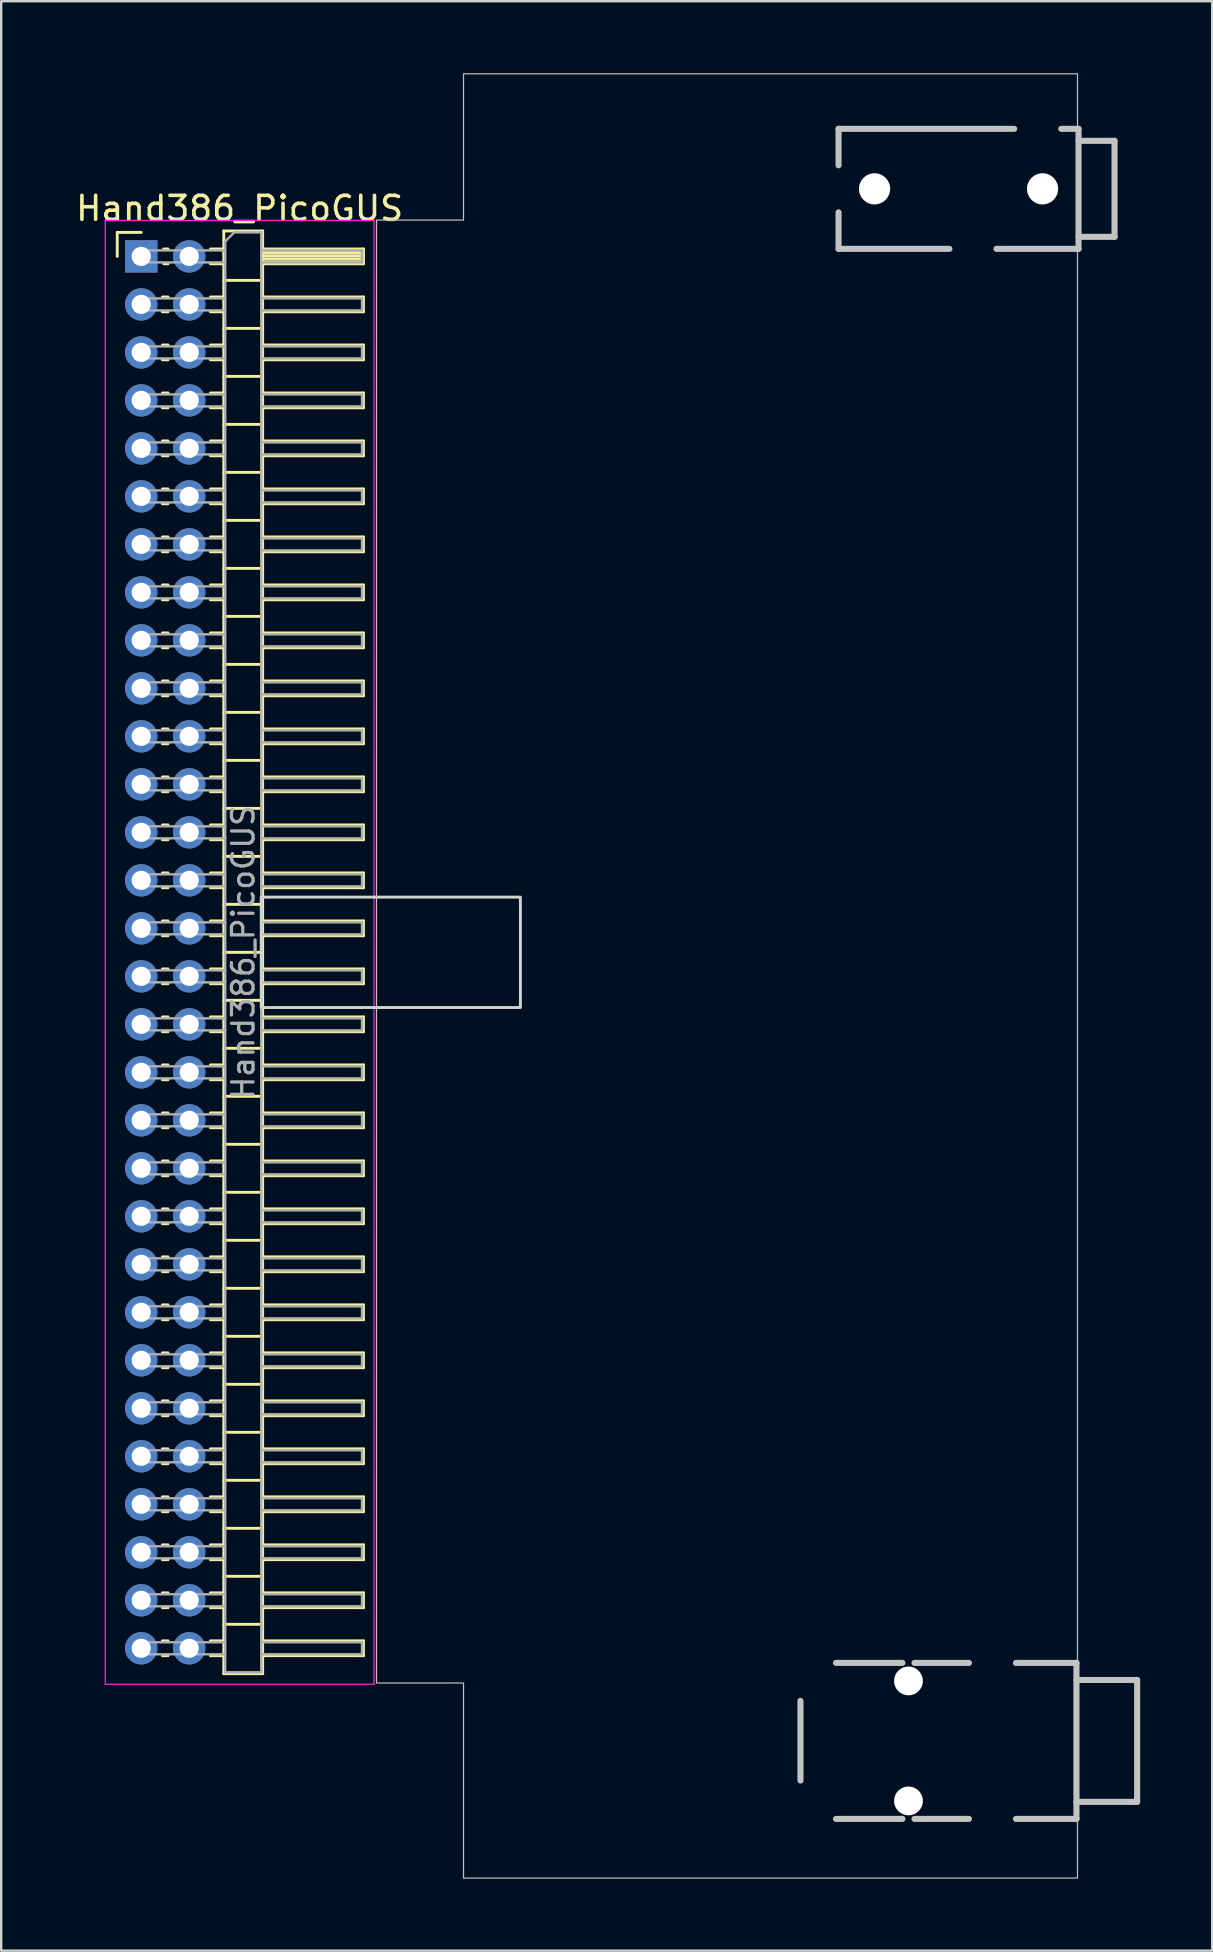
<source format=kicad_pcb>
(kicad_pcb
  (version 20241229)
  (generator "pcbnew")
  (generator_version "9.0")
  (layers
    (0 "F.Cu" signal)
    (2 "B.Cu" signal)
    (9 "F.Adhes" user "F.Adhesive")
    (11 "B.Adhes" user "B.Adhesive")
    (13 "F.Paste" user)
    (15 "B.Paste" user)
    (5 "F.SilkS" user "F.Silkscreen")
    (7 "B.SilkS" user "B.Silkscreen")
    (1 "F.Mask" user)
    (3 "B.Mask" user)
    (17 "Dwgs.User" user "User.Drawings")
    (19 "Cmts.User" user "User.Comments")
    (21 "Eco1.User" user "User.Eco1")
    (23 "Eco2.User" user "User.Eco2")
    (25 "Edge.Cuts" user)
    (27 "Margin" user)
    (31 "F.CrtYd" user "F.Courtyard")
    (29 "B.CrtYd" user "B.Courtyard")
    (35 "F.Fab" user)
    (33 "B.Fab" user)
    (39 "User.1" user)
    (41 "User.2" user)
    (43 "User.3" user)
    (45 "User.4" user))
  (footprint "Hand386_PicoGUS"
    (layer "F.Cu")
    (at 2.835 7.634)
    (property "Reference" "Hand386_PicoGUS" (at 4.1 -2 0) (layer "F.SilkS") (effects (font (size 1 1) (thickness 0.15))))
    (attr through_hole)
    (fp_line (start -1 -1) (end 0 -1) (stroke (width 0.12) (type solid)) (layer "F.SilkS"))
    (fp_line (start -1 0) (end -1 -1) (stroke (width 0.12) (type solid)) (layer "F.SilkS"))
    (fp_line (start 0.882 1.69) (end 1.118 1.69) (stroke (width 0.12) (type solid)) (layer "F.SilkS"))
    (fp_line (start 0.882 2.31) (end 1.118 2.31) (stroke (width 0.12) (type solid)) (layer "F.SilkS"))
    (fp_line (start 0.882 3.69) (end 1.118 3.69) (stroke (width 0.12) (type solid)) (layer "F.SilkS"))
    (fp_line (start 0.882 4.31) (end 1.118 4.31) (stroke (width 0.12) (type solid)) (layer "F.SilkS"))
    (fp_line (start 0.882 5.69) (end 1.118 5.69) (stroke (width 0.12) (type solid)) (layer "F.SilkS"))
    (fp_line (start 0.882 6.31) (end 1.118 6.31) (stroke (width 0.12) (type solid)) (layer "F.SilkS"))
    (fp_line (start 0.882 7.69) (end 1.118 7.69) (stroke (width 0.12) (type solid)) (layer "F.SilkS"))
    (fp_line (start 0.882 8.31) (end 1.118 8.31) (stroke (width 0.12) (type solid)) (layer "F.SilkS"))
    (fp_line (start 0.882 9.69) (end 1.118 9.69) (stroke (width 0.12) (type solid)) (layer "F.SilkS"))
    (fp_line (start 0.882 10.31) (end 1.118 10.31) (stroke (width 0.12) (type solid)) (layer "F.SilkS"))
    (fp_line (start 0.882 11.69) (end 1.118 11.69) (stroke (width 0.12) (type solid)) (layer "F.SilkS"))
    (fp_line (start 0.882 12.31) (end 1.118 12.31) (stroke (width 0.12) (type solid)) (layer "F.SilkS"))
    (fp_line (start 0.882 13.69) (end 1.118 13.69) (stroke (width 0.12) (type solid)) (layer "F.SilkS"))
    (fp_line (start 0.882 14.31) (end 1.118 14.31) (stroke (width 0.12) (type solid)) (layer "F.SilkS"))
    (fp_line (start 0.882 15.69) (end 1.118 15.69) (stroke (width 0.12) (type solid)) (layer "F.SilkS"))
    (fp_line (start 0.882 16.31) (end 1.118 16.31) (stroke (width 0.12) (type solid)) (layer "F.SilkS"))
    (fp_line (start 0.882 17.69) (end 1.118 17.69) (stroke (width 0.12) (type solid)) (layer "F.SilkS"))
    (fp_line (start 0.882 18.31) (end 1.118 18.31) (stroke (width 0.12) (type solid)) (layer "F.SilkS"))
    (fp_line (start 0.882 19.69) (end 1.118 19.69) (stroke (width 0.12) (type solid)) (layer "F.SilkS"))
    (fp_line (start 0.882 20.31) (end 1.118 20.31) (stroke (width 0.12) (type solid)) (layer "F.SilkS"))
    (fp_line (start 0.882 21.69) (end 1.118 21.69) (stroke (width 0.12) (type solid)) (layer "F.SilkS"))
    (fp_line (start 0.882 22.31) (end 1.118 22.31) (stroke (width 0.12) (type solid)) (layer "F.SilkS"))
    (fp_line (start 0.882 23.69) (end 1.118 23.69) (stroke (width 0.12) (type solid)) (layer "F.SilkS"))
    (fp_line (start 0.882 24.31) (end 1.118 24.31) (stroke (width 0.12) (type solid)) (layer "F.SilkS"))
    (fp_line (start 0.882 25.69) (end 1.118 25.69) (stroke (width 0.12) (type solid)) (layer "F.SilkS"))
    (fp_line (start 0.882 26.31) (end 1.118 26.31) (stroke (width 0.12) (type solid)) (layer "F.SilkS"))
    (fp_line (start 0.882 27.69) (end 1.118 27.69) (stroke (width 0.12) (type solid)) (layer "F.SilkS"))
    (fp_line (start 0.882 28.31) (end 1.118 28.31) (stroke (width 0.12) (type solid)) (layer "F.SilkS"))
    (fp_line (start 0.882 29.69) (end 1.118 29.69) (stroke (width 0.12) (type solid)) (layer "F.SilkS"))
    (fp_line (start 0.882 30.31) (end 1.118 30.31) (stroke (width 0.12) (type solid)) (layer "F.SilkS"))
    (fp_line (start 0.882 31.69) (end 1.118 31.69) (stroke (width 0.12) (type solid)) (layer "F.SilkS"))
    (fp_line (start 0.882 32.31) (end 1.118 32.31) (stroke (width 0.12) (type solid)) (layer "F.SilkS"))
    (fp_line (start 0.882 33.69) (end 1.118 33.69) (stroke (width 0.12) (type solid)) (layer "F.SilkS"))
    (fp_line (start 0.882 34.31) (end 1.118 34.31) (stroke (width 0.12) (type solid)) (layer "F.SilkS"))
    (fp_line (start 0.882 35.69) (end 1.118 35.69) (stroke (width 0.12) (type solid)) (layer "F.SilkS"))
    (fp_line (start 0.882 36.31) (end 1.118 36.31) (stroke (width 0.12) (type solid)) (layer "F.SilkS"))
    (fp_line (start 0.882 37.69) (end 1.118 37.69) (stroke (width 0.12) (type solid)) (layer "F.SilkS"))
    (fp_line (start 0.882 38.31) (end 1.118 38.31) (stroke (width 0.12) (type solid)) (layer "F.SilkS"))
    (fp_line (start 0.882 39.69) (end 1.118 39.69) (stroke (width 0.12) (type solid)) (layer "F.SilkS"))
    (fp_line (start 0.882 40.31) (end 1.118 40.31) (stroke (width 0.12) (type solid)) (layer "F.SilkS"))
    (fp_line (start 0.882 41.69) (end 1.118 41.69) (stroke (width 0.12) (type solid)) (layer "F.SilkS"))
    (fp_line (start 0.882 42.31) (end 1.118 42.31) (stroke (width 0.12) (type solid)) (layer "F.SilkS"))
    (fp_line (start 0.882 43.69) (end 1.118 43.69) (stroke (width 0.12) (type solid)) (layer "F.SilkS"))
    (fp_line (start 0.882 44.31) (end 1.118 44.31) (stroke (width 0.12) (type solid)) (layer "F.SilkS"))
    (fp_line (start 0.882 45.69) (end 1.118 45.69) (stroke (width 0.12) (type solid)) (layer "F.SilkS"))
    (fp_line (start 0.882 46.31) (end 1.118 46.31) (stroke (width 0.12) (type solid)) (layer "F.SilkS"))
    (fp_line (start 0.882 47.69) (end 1.118 47.69) (stroke (width 0.12) (type solid)) (layer "F.SilkS"))
    (fp_line (start 0.882 48.31) (end 1.118 48.31) (stroke (width 0.12) (type solid)) (layer "F.SilkS"))
    (fp_line (start 0.882 49.69) (end 1.118 49.69) (stroke (width 0.12) (type solid)) (layer "F.SilkS"))
    (fp_line (start 0.882 50.31) (end 1.118 50.31) (stroke (width 0.12) (type solid)) (layer "F.SilkS"))
    (fp_line (start 0.882 51.69) (end 1.118 51.69) (stroke (width 0.12) (type solid)) (layer "F.SilkS"))
    (fp_line (start 0.882 52.31) (end 1.118 52.31) (stroke (width 0.12) (type solid)) (layer "F.SilkS"))
    (fp_line (start 0.882 53.69) (end 1.118 53.69) (stroke (width 0.12) (type solid)) (layer "F.SilkS"))
    (fp_line (start 0.882 54.31) (end 1.118 54.31) (stroke (width 0.12) (type solid)) (layer "F.SilkS"))
    (fp_line (start 0.882 55.69) (end 1.118 55.69) (stroke (width 0.12) (type solid)) (layer "F.SilkS"))
    (fp_line (start 0.882 56.31) (end 1.118 56.31) (stroke (width 0.12) (type solid)) (layer "F.SilkS"))
    (fp_line (start 0.882 57.69) (end 1.118 57.69) (stroke (width 0.12) (type solid)) (layer "F.SilkS"))
    (fp_line (start 0.882 58.31) (end 1.118 58.31) (stroke (width 0.12) (type solid)) (layer "F.SilkS"))
    (fp_line (start 0.935 -0.31) (end 1.118 -0.31) (stroke (width 0.12) (type solid)) (layer "F.SilkS"))
    (fp_line (start 0.935 0.31) (end 1.118 0.31) (stroke (width 0.12) (type solid)) (layer "F.SilkS"))
    (fp_line (start 2.882 -0.31) (end 3.44 -0.31) (stroke (width 0.12) (type solid)) (layer "F.SilkS"))
    (fp_line (start 2.882 0.31) (end 3.44 0.31) (stroke (width 0.12) (type solid)) (layer "F.SilkS"))
    (fp_line (start 2.882 1.69) (end 3.44 1.69) (stroke (width 0.12) (type solid)) (layer "F.SilkS"))
    (fp_line (start 2.882 2.31) (end 3.44 2.31) (stroke (width 0.12) (type solid)) (layer "F.SilkS"))
    (fp_line (start 2.882 3.69) (end 3.44 3.69) (stroke (width 0.12) (type solid)) (layer "F.SilkS"))
    (fp_line (start 2.882 4.31) (end 3.44 4.31) (stroke (width 0.12) (type solid)) (layer "F.SilkS"))
    (fp_line (start 2.882 5.69) (end 3.44 5.69) (stroke (width 0.12) (type solid)) (layer "F.SilkS"))
    (fp_line (start 2.882 6.31) (end 3.44 6.31) (stroke (width 0.12) (type solid)) (layer "F.SilkS"))
    (fp_line (start 2.882 7.69) (end 3.44 7.69) (stroke (width 0.12) (type solid)) (layer "F.SilkS"))
    (fp_line (start 2.882 8.31) (end 3.44 8.31) (stroke (width 0.12) (type solid)) (layer "F.SilkS"))
    (fp_line (start 2.882 9.69) (end 3.44 9.69) (stroke (width 0.12) (type solid)) (layer "F.SilkS"))
    (fp_line (start 2.882 10.31) (end 3.44 10.31) (stroke (width 0.12) (type solid)) (layer "F.SilkS"))
    (fp_line (start 2.882 11.69) (end 3.44 11.69) (stroke (width 0.12) (type solid)) (layer "F.SilkS"))
    (fp_line (start 2.882 12.31) (end 3.44 12.31) (stroke (width 0.12) (type solid)) (layer "F.SilkS"))
    (fp_line (start 2.882 13.69) (end 3.44 13.69) (stroke (width 0.12) (type solid)) (layer "F.SilkS"))
    (fp_line (start 2.882 14.31) (end 3.44 14.31) (stroke (width 0.12) (type solid)) (layer "F.SilkS"))
    (fp_line (start 2.882 15.69) (end 3.44 15.69) (stroke (width 0.12) (type solid)) (layer "F.SilkS"))
    (fp_line (start 2.882 16.31) (end 3.44 16.31) (stroke (width 0.12) (type solid)) (layer "F.SilkS"))
    (fp_line (start 2.882 17.69) (end 3.44 17.69) (stroke (width 0.12) (type solid)) (layer "F.SilkS"))
    (fp_line (start 2.882 18.31) (end 3.44 18.31) (stroke (width 0.12) (type solid)) (layer "F.SilkS"))
    (fp_line (start 2.882 19.69) (end 3.44 19.69) (stroke (width 0.12) (type solid)) (layer "F.SilkS"))
    (fp_line (start 2.882 20.31) (end 3.44 20.31) (stroke (width 0.12) (type solid)) (layer "F.SilkS"))
    (fp_line (start 2.882 21.69) (end 3.44 21.69) (stroke (width 0.12) (type solid)) (layer "F.SilkS"))
    (fp_line (start 2.882 22.31) (end 3.44 22.31) (stroke (width 0.12) (type solid)) (layer "F.SilkS"))
    (fp_line (start 2.882 23.69) (end 3.44 23.69) (stroke (width 0.12) (type solid)) (layer "F.SilkS"))
    (fp_line (start 2.882 24.31) (end 3.44 24.31) (stroke (width 0.12) (type solid)) (layer "F.SilkS"))
    (fp_line (start 2.882 25.69) (end 3.44 25.69) (stroke (width 0.12) (type solid)) (layer "F.SilkS"))
    (fp_line (start 2.882 26.31) (end 3.44 26.31) (stroke (width 0.12) (type solid)) (layer "F.SilkS"))
    (fp_line (start 2.882 27.69) (end 3.44 27.69) (stroke (width 0.12) (type solid)) (layer "F.SilkS"))
    (fp_line (start 2.882 28.31) (end 3.44 28.31) (stroke (width 0.12) (type solid)) (layer "F.SilkS"))
    (fp_line (start 2.882 29.69) (end 3.44 29.69) (stroke (width 0.12) (type solid)) (layer "F.SilkS"))
    (fp_line (start 2.882 30.31) (end 3.44 30.31) (stroke (width 0.12) (type solid)) (layer "F.SilkS"))
    (fp_line (start 2.882 31.69) (end 3.44 31.69) (stroke (width 0.12) (type solid)) (layer "F.SilkS"))
    (fp_line (start 2.882 32.31) (end 3.44 32.31) (stroke (width 0.12) (type solid)) (layer "F.SilkS"))
    (fp_line (start 2.882 33.69) (end 3.44 33.69) (stroke (width 0.12) (type solid)) (layer "F.SilkS"))
    (fp_line (start 2.882 34.31) (end 3.44 34.31) (stroke (width 0.12) (type solid)) (layer "F.SilkS"))
    (fp_line (start 2.882 35.69) (end 3.44 35.69) (stroke (width 0.12) (type solid)) (layer "F.SilkS"))
    (fp_line (start 2.882 36.31) (end 3.44 36.31) (stroke (width 0.12) (type solid)) (layer "F.SilkS"))
    (fp_line (start 2.882 37.69) (end 3.44 37.69) (stroke (width 0.12) (type solid)) (layer "F.SilkS"))
    (fp_line (start 2.882 38.31) (end 3.44 38.31) (stroke (width 0.12) (type solid)) (layer "F.SilkS"))
    (fp_line (start 2.882 39.69) (end 3.44 39.69) (stroke (width 0.12) (type solid)) (layer "F.SilkS"))
    (fp_line (start 2.882 40.31) (end 3.44 40.31) (stroke (width 0.12) (type solid)) (layer "F.SilkS"))
    (fp_line (start 2.882 41.69) (end 3.44 41.69) (stroke (width 0.12) (type solid)) (layer "F.SilkS"))
    (fp_line (start 2.882 42.31) (end 3.44 42.31) (stroke (width 0.12) (type solid)) (layer "F.SilkS"))
    (fp_line (start 2.882 43.69) (end 3.44 43.69) (stroke (width 0.12) (type solid)) (layer "F.SilkS"))
    (fp_line (start 2.882 44.31) (end 3.44 44.31) (stroke (width 0.12) (type solid)) (layer "F.SilkS"))
    (fp_line (start 2.882 45.69) (end 3.44 45.69) (stroke (width 0.12) (type solid)) (layer "F.SilkS"))
    (fp_line (start 2.882 46.31) (end 3.44 46.31) (stroke (width 0.12) (type solid)) (layer "F.SilkS"))
    (fp_line (start 2.882 47.69) (end 3.44 47.69) (stroke (width 0.12) (type solid)) (layer "F.SilkS"))
    (fp_line (start 2.882 48.31) (end 3.44 48.31) (stroke (width 0.12) (type solid)) (layer "F.SilkS"))
    (fp_line (start 2.882 49.69) (end 3.44 49.69) (stroke (width 0.12) (type solid)) (layer "F.SilkS"))
    (fp_line (start 2.882 50.31) (end 3.44 50.31) (stroke (width 0.12) (type solid)) (layer "F.SilkS"))
    (fp_line (start 2.882 51.69) (end 3.44 51.69) (stroke (width 0.12) (type solid)) (layer "F.SilkS"))
    (fp_line (start 2.882 52.31) (end 3.44 52.31) (stroke (width 0.12) (type solid)) (layer "F.SilkS"))
    (fp_line (start 2.882 53.69) (end 3.44 53.69) (stroke (width 0.12) (type solid)) (layer "F.SilkS"))
    (fp_line (start 2.882 54.31) (end 3.44 54.31) (stroke (width 0.12) (type solid)) (layer "F.SilkS"))
    (fp_line (start 2.882 55.69) (end 3.44 55.69) (stroke (width 0.12) (type solid)) (layer "F.SilkS"))
    (fp_line (start 2.882 56.31) (end 3.44 56.31) (stroke (width 0.12) (type solid)) (layer "F.SilkS"))
    (fp_line (start 2.882 57.69) (end 3.44 57.69) (stroke (width 0.12) (type solid)) (layer "F.SilkS"))
    (fp_line (start 2.882 58.31) (end 3.44 58.31) (stroke (width 0.12) (type solid)) (layer "F.SilkS"))
    (fp_line (start 3.44 -1.06) (end 3.44 59.06) (stroke (width 0.12) (type solid)) (layer "F.SilkS"))
    (fp_line (start 3.44 1) (end 5.06 1) (stroke (width 0.12) (type solid)) (layer "F.SilkS"))
    (fp_line (start 3.44 3) (end 5.06 3) (stroke (width 0.12) (type solid)) (layer "F.SilkS"))
    (fp_line (start 3.44 5) (end 5.06 5) (stroke (width 0.12) (type solid)) (layer "F.SilkS"))
    (fp_line (start 3.44 7) (end 5.06 7) (stroke (width 0.12) (type solid)) (layer "F.SilkS"))
    (fp_line (start 3.44 9) (end 5.06 9) (stroke (width 0.12) (type solid)) (layer "F.SilkS"))
    (fp_line (start 3.44 11) (end 5.06 11) (stroke (width 0.12) (type solid)) (layer "F.SilkS"))
    (fp_line (start 3.44 13) (end 5.06 13) (stroke (width 0.12) (type solid)) (layer "F.SilkS"))
    (fp_line (start 3.44 15) (end 5.06 15) (stroke (width 0.12) (type solid)) (layer "F.SilkS"))
    (fp_line (start 3.44 17) (end 5.06 17) (stroke (width 0.12) (type solid)) (layer "F.SilkS"))
    (fp_line (start 3.44 19) (end 5.06 19) (stroke (width 0.12) (type solid)) (layer "F.SilkS"))
    (fp_line (start 3.44 21) (end 5.06 21) (stroke (width 0.12) (type solid)) (layer "F.SilkS"))
    (fp_line (start 3.44 23) (end 5.06 23) (stroke (width 0.12) (type solid)) (layer "F.SilkS"))
    (fp_line (start 3.44 25) (end 5.06 25) (stroke (width 0.12) (type solid)) (layer "F.SilkS"))
    (fp_line (start 3.44 27) (end 5.06 27) (stroke (width 0.12) (type solid)) (layer "F.SilkS"))
    (fp_line (start 3.44 29) (end 5.06 29) (stroke (width 0.12) (type solid)) (layer "F.SilkS"))
    (fp_line (start 3.44 31) (end 5.06 31) (stroke (width 0.12) (type solid)) (layer "F.SilkS"))
    (fp_line (start 3.44 33) (end 5.06 33) (stroke (width 0.12) (type solid)) (layer "F.SilkS"))
    (fp_line (start 3.44 35) (end 5.06 35) (stroke (width 0.12) (type solid)) (layer "F.SilkS"))
    (fp_line (start 3.44 37) (end 5.06 37) (stroke (width 0.12) (type solid)) (layer "F.SilkS"))
    (fp_line (start 3.44 39) (end 5.06 39) (stroke (width 0.12) (type solid)) (layer "F.SilkS"))
    (fp_line (start 3.44 41) (end 5.06 41) (stroke (width 0.12) (type solid)) (layer "F.SilkS"))
    (fp_line (start 3.44 43) (end 5.06 43) (stroke (width 0.12) (type solid)) (layer "F.SilkS"))
    (fp_line (start 3.44 45) (end 5.06 45) (stroke (width 0.12) (type solid)) (layer "F.SilkS"))
    (fp_line (start 3.44 47) (end 5.06 47) (stroke (width 0.12) (type solid)) (layer "F.SilkS"))
    (fp_line (start 3.44 49) (end 5.06 49) (stroke (width 0.12) (type solid)) (layer "F.SilkS"))
    (fp_line (start 3.44 51) (end 5.06 51) (stroke (width 0.12) (type solid)) (layer "F.SilkS"))
    (fp_line (start 3.44 53) (end 5.06 53) (stroke (width 0.12) (type solid)) (layer "F.SilkS"))
    (fp_line (start 3.44 55) (end 5.06 55) (stroke (width 0.12) (type solid)) (layer "F.SilkS"))
    (fp_line (start 3.44 57) (end 5.06 57) (stroke (width 0.12) (type solid)) (layer "F.SilkS"))
    (fp_line (start 3.44 59.06) (end 5.06 59.06) (stroke (width 0.12) (type solid)) (layer "F.SilkS"))
    (fp_line (start 5.06 -1.06) (end 3.44 -1.06) (stroke (width 0.12) (type solid)) (layer "F.SilkS"))
    (fp_line (start 5.06 -0.31) (end 9.26 -0.31) (stroke (width 0.12) (type solid)) (layer "F.SilkS"))
    (fp_line (start 5.06 -0.25) (end 9.26 -0.25) (stroke (width 0.12) (type solid)) (layer "F.SilkS"))
    (fp_line (start 5.06 -0.13) (end 9.26 -0.13) (stroke (width 0.12) (type solid)) (layer "F.SilkS"))
    (fp_line (start 5.06 -0.01) (end 9.26 -0.01) (stroke (width 0.12) (type solid)) (layer "F.SilkS"))
    (fp_line (start 5.06 0.11) (end 9.26 0.11) (stroke (width 0.12) (type solid)) (layer "F.SilkS"))
    (fp_line (start 5.06 0.23) (end 9.26 0.23) (stroke (width 0.12) (type solid)) (layer "F.SilkS"))
    (fp_line (start 5.06 1.69) (end 9.26 1.69) (stroke (width 0.12) (type solid)) (layer "F.SilkS"))
    (fp_line (start 5.06 3.69) (end 9.26 3.69) (stroke (width 0.12) (type solid)) (layer "F.SilkS"))
    (fp_line (start 5.06 5.69) (end 9.26 5.69) (stroke (width 0.12) (type solid)) (layer "F.SilkS"))
    (fp_line (start 5.06 7.69) (end 9.26 7.69) (stroke (width 0.12) (type solid)) (layer "F.SilkS"))
    (fp_line (start 5.06 9.69) (end 9.26 9.69) (stroke (width 0.12) (type solid)) (layer "F.SilkS"))
    (fp_line (start 5.06 11.69) (end 9.26 11.69) (stroke (width 0.12) (type solid)) (layer "F.SilkS"))
    (fp_line (start 5.06 13.69) (end 9.26 13.69) (stroke (width 0.12) (type solid)) (layer "F.SilkS"))
    (fp_line (start 5.06 15.69) (end 9.26 15.69) (stroke (width 0.12) (type solid)) (layer "F.SilkS"))
    (fp_line (start 5.06 17.69) (end 9.26 17.69) (stroke (width 0.12) (type solid)) (layer "F.SilkS"))
    (fp_line (start 5.06 19.69) (end 9.26 19.69) (stroke (width 0.12) (type solid)) (layer "F.SilkS"))
    (fp_line (start 5.06 21.69) (end 9.26 21.69) (stroke (width 0.12) (type solid)) (layer "F.SilkS"))
    (fp_line (start 5.06 23.69) (end 9.26 23.69) (stroke (width 0.12) (type solid)) (layer "F.SilkS"))
    (fp_line (start 5.06 25.69) (end 9.26 25.69) (stroke (width 0.12) (type solid)) (layer "F.SilkS"))
    (fp_line (start 5.06 27.69) (end 9.26 27.69) (stroke (width 0.12) (type solid)) (layer "F.SilkS"))
    (fp_line (start 5.06 29.69) (end 9.26 29.69) (stroke (width 0.12) (type solid)) (layer "F.SilkS"))
    (fp_line (start 5.06 31.69) (end 9.26 31.69) (stroke (width 0.12) (type solid)) (layer "F.SilkS"))
    (fp_line (start 5.06 33.69) (end 9.26 33.69) (stroke (width 0.12) (type solid)) (layer "F.SilkS"))
    (fp_line (start 5.06 35.69) (end 9.26 35.69) (stroke (width 0.12) (type solid)) (layer "F.SilkS"))
    (fp_line (start 5.06 37.69) (end 9.26 37.69) (stroke (width 0.12) (type solid)) (layer "F.SilkS"))
    (fp_line (start 5.06 39.69) (end 9.26 39.69) (stroke (width 0.12) (type solid)) (layer "F.SilkS"))
    (fp_line (start 5.06 41.69) (end 9.26 41.69) (stroke (width 0.12) (type solid)) (layer "F.SilkS"))
    (fp_line (start 5.06 43.69) (end 9.26 43.69) (stroke (width 0.12) (type solid)) (layer "F.SilkS"))
    (fp_line (start 5.06 45.69) (end 9.26 45.69) (stroke (width 0.12) (type solid)) (layer "F.SilkS"))
    (fp_line (start 5.06 47.69) (end 9.26 47.69) (stroke (width 0.12) (type solid)) (layer "F.SilkS"))
    (fp_line (start 5.06 49.69) (end 9.26 49.69) (stroke (width 0.12) (type solid)) (layer "F.SilkS"))
    (fp_line (start 5.06 51.69) (end 9.26 51.69) (stroke (width 0.12) (type solid)) (layer "F.SilkS"))
    (fp_line (start 5.06 53.69) (end 9.26 53.69) (stroke (width 0.12) (type solid)) (layer "F.SilkS"))
    (fp_line (start 5.06 55.69) (end 9.26 55.69) (stroke (width 0.12) (type solid)) (layer "F.SilkS"))
    (fp_line (start 5.06 57.69) (end 9.26 57.69) (stroke (width 0.12) (type solid)) (layer "F.SilkS"))
    (fp_line (start 5.06 59.06) (end 5.06 -1.06) (stroke (width 0.12) (type solid)) (layer "F.SilkS"))
    (fp_line (start 9.26 -0.31) (end 9.26 0.31) (stroke (width 0.12) (type solid)) (layer "F.SilkS"))
    (fp_line (start 9.26 0.31) (end 5.06 0.31) (stroke (width 0.12) (type solid)) (layer "F.SilkS"))
    (fp_line (start 9.26 1.69) (end 9.26 2.31) (stroke (width 0.12) (type solid)) (layer "F.SilkS"))
    (fp_line (start 9.26 2.31) (end 5.06 2.31) (stroke (width 0.12) (type solid)) (layer "F.SilkS"))
    (fp_line (start 9.26 3.69) (end 9.26 4.31) (stroke (width 0.12) (type solid)) (layer "F.SilkS"))
    (fp_line (start 9.26 4.31) (end 5.06 4.31) (stroke (width 0.12) (type solid)) (layer "F.SilkS"))
    (fp_line (start 9.26 5.69) (end 9.26 6.31) (stroke (width 0.12) (type solid)) (layer "F.SilkS"))
    (fp_line (start 9.26 6.31) (end 5.06 6.31) (stroke (width 0.12) (type solid)) (layer "F.SilkS"))
    (fp_line (start 9.26 7.69) (end 9.26 8.31) (stroke (width 0.12) (type solid)) (layer "F.SilkS"))
    (fp_line (start 9.26 8.31) (end 5.06 8.31) (stroke (width 0.12) (type solid)) (layer "F.SilkS"))
    (fp_line (start 9.26 9.69) (end 9.26 10.31) (stroke (width 0.12) (type solid)) (layer "F.SilkS"))
    (fp_line (start 9.26 10.31) (end 5.06 10.31) (stroke (width 0.12) (type solid)) (layer "F.SilkS"))
    (fp_line (start 9.26 11.69) (end 9.26 12.31) (stroke (width 0.12) (type solid)) (layer "F.SilkS"))
    (fp_line (start 9.26 12.31) (end 5.06 12.31) (stroke (width 0.12) (type solid)) (layer "F.SilkS"))
    (fp_line (start 9.26 13.69) (end 9.26 14.31) (stroke (width 0.12) (type solid)) (layer "F.SilkS"))
    (fp_line (start 9.26 14.31) (end 5.06 14.31) (stroke (width 0.12) (type solid)) (layer "F.SilkS"))
    (fp_line (start 9.26 15.69) (end 9.26 16.31) (stroke (width 0.12) (type solid)) (layer "F.SilkS"))
    (fp_line (start 9.26 16.31) (end 5.06 16.31) (stroke (width 0.12) (type solid)) (layer "F.SilkS"))
    (fp_line (start 9.26 17.69) (end 9.26 18.31) (stroke (width 0.12) (type solid)) (layer "F.SilkS"))
    (fp_line (start 9.26 18.31) (end 5.06 18.31) (stroke (width 0.12) (type solid)) (layer "F.SilkS"))
    (fp_line (start 9.26 19.69) (end 9.26 20.31) (stroke (width 0.12) (type solid)) (layer "F.SilkS"))
    (fp_line (start 9.26 20.31) (end 5.06 20.31) (stroke (width 0.12) (type solid)) (layer "F.SilkS"))
    (fp_line (start 9.26 21.69) (end 9.26 22.31) (stroke (width 0.12) (type solid)) (layer "F.SilkS"))
    (fp_line (start 9.26 22.31) (end 5.06 22.31) (stroke (width 0.12) (type solid)) (layer "F.SilkS"))
    (fp_line (start 9.26 23.69) (end 9.26 24.31) (stroke (width 0.12) (type solid)) (layer "F.SilkS"))
    (fp_line (start 9.26 24.31) (end 5.06 24.31) (stroke (width 0.12) (type solid)) (layer "F.SilkS"))
    (fp_line (start 9.26 25.69) (end 9.26 26.31) (stroke (width 0.12) (type solid)) (layer "F.SilkS"))
    (fp_line (start 9.26 26.31) (end 5.06 26.31) (stroke (width 0.12) (type solid)) (layer "F.SilkS"))
    (fp_line (start 9.26 27.69) (end 9.26 28.31) (stroke (width 0.12) (type solid)) (layer "F.SilkS"))
    (fp_line (start 9.26 28.31) (end 5.06 28.31) (stroke (width 0.12) (type solid)) (layer "F.SilkS"))
    (fp_line (start 9.26 29.69) (end 9.26 30.31) (stroke (width 0.12) (type solid)) (layer "F.SilkS"))
    (fp_line (start 9.26 30.31) (end 5.06 30.31) (stroke (width 0.12) (type solid)) (layer "F.SilkS"))
    (fp_line (start 9.26 31.69) (end 9.26 32.31) (stroke (width 0.12) (type solid)) (layer "F.SilkS"))
    (fp_line (start 9.26 32.31) (end 5.06 32.31) (stroke (width 0.12) (type solid)) (layer "F.SilkS"))
    (fp_line (start 9.26 33.69) (end 9.26 34.31) (stroke (width 0.12) (type solid)) (layer "F.SilkS"))
    (fp_line (start 9.26 34.31) (end 5.06 34.31) (stroke (width 0.12) (type solid)) (layer "F.SilkS"))
    (fp_line (start 9.26 35.69) (end 9.26 36.31) (stroke (width 0.12) (type solid)) (layer "F.SilkS"))
    (fp_line (start 9.26 36.31) (end 5.06 36.31) (stroke (width 0.12) (type solid)) (layer "F.SilkS"))
    (fp_line (start 9.26 37.69) (end 9.26 38.31) (stroke (width 0.12) (type solid)) (layer "F.SilkS"))
    (fp_line (start 9.26 38.31) (end 5.06 38.31) (stroke (width 0.12) (type solid)) (layer "F.SilkS"))
    (fp_line (start 9.26 39.69) (end 9.26 40.31) (stroke (width 0.12) (type solid)) (layer "F.SilkS"))
    (fp_line (start 9.26 40.31) (end 5.06 40.31) (stroke (width 0.12) (type solid)) (layer "F.SilkS"))
    (fp_line (start 9.26 41.69) (end 9.26 42.31) (stroke (width 0.12) (type solid)) (layer "F.SilkS"))
    (fp_line (start 9.26 42.31) (end 5.06 42.31) (stroke (width 0.12) (type solid)) (layer "F.SilkS"))
    (fp_line (start 9.26 43.69) (end 9.26 44.31) (stroke (width 0.12) (type solid)) (layer "F.SilkS"))
    (fp_line (start 9.26 44.31) (end 5.06 44.31) (stroke (width 0.12) (type solid)) (layer "F.SilkS"))
    (fp_line (start 9.26 45.69) (end 9.26 46.31) (stroke (width 0.12) (type solid)) (layer "F.SilkS"))
    (fp_line (start 9.26 46.31) (end 5.06 46.31) (stroke (width 0.12) (type solid)) (layer "F.SilkS"))
    (fp_line (start 9.26 47.69) (end 9.26 48.31) (stroke (width 0.12) (type solid)) (layer "F.SilkS"))
    (fp_line (start 9.26 48.31) (end 5.06 48.31) (stroke (width 0.12) (type solid)) (layer "F.SilkS"))
    (fp_line (start 9.26 49.69) (end 9.26 50.31) (stroke (width 0.12) (type solid)) (layer "F.SilkS"))
    (fp_line (start 9.26 50.31) (end 5.06 50.31) (stroke (width 0.12) (type solid)) (layer "F.SilkS"))
    (fp_line (start 9.26 51.69) (end 9.26 52.31) (stroke (width 0.12) (type solid)) (layer "F.SilkS"))
    (fp_line (start 9.26 52.31) (end 5.06 52.31) (stroke (width 0.12) (type solid)) (layer "F.SilkS"))
    (fp_line (start 9.26 53.69) (end 9.26 54.31) (stroke (width 0.12) (type solid)) (layer "F.SilkS"))
    (fp_line (start 9.26 54.31) (end 5.06 54.31) (stroke (width 0.12) (type solid)) (layer "F.SilkS"))
    (fp_line (start 9.26 55.69) (end 9.26 56.31) (stroke (width 0.12) (type solid)) (layer "F.SilkS"))
    (fp_line (start 9.26 56.31) (end 5.06 56.31) (stroke (width 0.12) (type solid)) (layer "F.SilkS"))
    (fp_line (start 9.26 57.69) (end 9.26 58.31) (stroke (width 0.12) (type solid)) (layer "F.SilkS"))
    (fp_line (start 9.26 58.31) (end 5.06 58.31) (stroke (width 0.12) (type solid)) (layer "F.SilkS"))
    (fp_line (start 27.471 60.191) (end 27.471 63.511) (stroke (width 0.254) (type solid)) (layer "Dwgs.User"))
    (fp_line (start 29.058 -5.315) (end 29.058 -3.796) (stroke (width 0.254) (type solid)) (layer "Dwgs.User"))
    (fp_line (start 29.058 -1.834) (end 29.058 -0.315) (stroke (width 0.254) (type solid)) (layer "Dwgs.User"))
    (fp_line (start 31.719 58.61) (end 28.952 58.61) (stroke (width 0.254) (type solid)) (layer "Dwgs.User"))
    (fp_line (start 31.719 65.11) (end 28.952 65.11) (stroke (width 0.254) (type solid)) (layer "Dwgs.User"))
    (fp_line (start 33.677 -0.315) (end 29.058 -0.315) (stroke (width 0.254) (type solid)) (layer "Dwgs.User"))
    (fp_line (start 34.49 58.61) (end 32.223 58.61) (stroke (width 0.254) (type solid)) (layer "Dwgs.User"))
    (fp_line (start 34.49 65.11) (end 32.223 65.11) (stroke (width 0.254) (type solid)) (layer "Dwgs.User"))
    (fp_line (start 36.377 -5.315) (end 29.058 -5.315) (stroke (width 0.254) (type solid)) (layer "Dwgs.User"))
    (fp_line (start 38.971 58.61) (end 36.452 58.61) (stroke (width 0.254) (type solid)) (layer "Dwgs.User"))
    (fp_line (start 38.971 58.61) (end 38.971 65.11) (stroke (width 0.254) (type solid)) (layer "Dwgs.User"))
    (fp_line (start 38.971 64.4) (end 41.5 64.4) (stroke (width 0.254) (type solid)) (layer "Dwgs.User"))
    (fp_line (start 38.971 65.11) (end 36.452 65.11) (stroke (width 0.254) (type solid)) (layer "Dwgs.User"))
    (fp_line (start 39.058 -5.315) (end 38.339 -5.315) (stroke (width 0.254) (type solid)) (layer "Dwgs.User"))
    (fp_line (start 39.058 -0.815) (end 40.558 -0.815) (stroke (width 0.254) (type solid)) (layer "Dwgs.User"))
    (fp_line (start 39.058 -0.315) (end 35.639 -0.315) (stroke (width 0.254) (type solid)) (layer "Dwgs.User"))
    (fp_line (start 39.058 -0.315) (end 39.058 -5.315) (stroke (width 0.254) (type solid)) (layer "Dwgs.User"))
    (fp_line (start 40.558 -4.815) (end 39.058 -4.815) (stroke (width 0.254) (type solid)) (layer "Dwgs.User"))
    (fp_line (start 40.558 -0.815) (end 40.558 -4.815) (stroke (width 0.254) (type solid)) (layer "Dwgs.User"))
    (fp_line (start 41.5 59.32) (end 38.971 59.32) (stroke (width 0.254) (type solid)) (layer "Dwgs.User"))
    (fp_line (start 41.5 64.4) (end 41.5 59.32) (stroke (width 0.254) (type solid)) (layer "Dwgs.User"))
    (fp_circle (center 30.558 -2.815) (end 30.283 -2.815) (stroke (width 0.55) (type solid)) (fill no) (layer "Dwgs.User"))
    (fp_circle (center 31.971 59.36) (end 31.971 59.56) (stroke (width 0.4) (type solid)) (fill no) (layer "Dwgs.User"))
    (fp_circle (center 31.971 64.36) (end 31.971 64.56) (stroke (width 0.4) (type solid)) (fill no) (layer "Dwgs.User"))
    (fp_circle (center 37.558 -2.815) (end 37.283 -2.815) (stroke (width 0.55) (type solid)) (fill no) (layer "Dwgs.User"))
    (fp_poly (pts (xy 9.804 59.447) (xy 13.43 59.447) (xy 13.43 67.575) (xy 39.014 67.575) (xy 39.014 -7.609) (xy 13.43 -7.609) (xy 13.43 -1.513) (xy 9.804 -1.513)) (stroke (width 0.05) (type solid)) (fill no) (layer "Dwgs.User"))
    (fp_rect (start 5 26.7) (end 15.8 31.3) (stroke (width 0.12) (type default)) (fill no) (layer "Edge.Cuts"))
    (fp_line (start -1.5 -1.5) (end -1.5 59.5) (stroke (width 0.05) (type solid)) (layer "F.CrtYd"))
    (fp_line (start -1.5 59.5) (end 9.7 59.5) (stroke (width 0.05) (type solid)) (layer "F.CrtYd"))
    (fp_line (start 9.7 -1.5) (end -1.5 -1.5) (stroke (width 0.05) (type solid)) (layer "F.CrtYd"))
    (fp_line (start 9.7 59.5) (end 9.7 -1.5) (stroke (width 0.05) (type solid)) (layer "F.CrtYd"))
    (fp_line (start -0.25 -0.25) (end -0.25 0.25) (stroke (width 0.1) (type solid)) (layer "F.Fab"))
    (fp_line (start -0.25 -0.25) (end 3.5 -0.25) (stroke (width 0.1) (type solid)) (layer "F.Fab"))
    (fp_line (start -0.25 0.25) (end 3.5 0.25) (stroke (width 0.1) (type solid)) (layer "F.Fab"))
    (fp_line (start -0.25 1.75) (end -0.25 2.25) (stroke (width 0.1) (type solid)) (layer "F.Fab"))
    (fp_line (start -0.25 1.75) (end 3.5 1.75) (stroke (width 0.1) (type solid)) (layer "F.Fab"))
    (fp_line (start -0.25 2.25) (end 3.5 2.25) (stroke (width 0.1) (type solid)) (layer "F.Fab"))
    (fp_line (start -0.25 3.75) (end -0.25 4.25) (stroke (width 0.1) (type solid)) (layer "F.Fab"))
    (fp_line (start -0.25 3.75) (end 3.5 3.75) (stroke (width 0.1) (type solid)) (layer "F.Fab"))
    (fp_line (start -0.25 4.25) (end 3.5 4.25) (stroke (width 0.1) (type solid)) (layer "F.Fab"))
    (fp_line (start -0.25 5.75) (end -0.25 6.25) (stroke (width 0.1) (type solid)) (layer "F.Fab"))
    (fp_line (start -0.25 5.75) (end 3.5 5.75) (stroke (width 0.1) (type solid)) (layer "F.Fab"))
    (fp_line (start -0.25 6.25) (end 3.5 6.25) (stroke (width 0.1) (type solid)) (layer "F.Fab"))
    (fp_line (start -0.25 7.75) (end -0.25 8.25) (stroke (width 0.1) (type solid)) (layer "F.Fab"))
    (fp_line (start -0.25 7.75) (end 3.5 7.75) (stroke (width 0.1) (type solid)) (layer "F.Fab"))
    (fp_line (start -0.25 8.25) (end 3.5 8.25) (stroke (width 0.1) (type solid)) (layer "F.Fab"))
    (fp_line (start -0.25 9.75) (end -0.25 10.25) (stroke (width 0.1) (type solid)) (layer "F.Fab"))
    (fp_line (start -0.25 9.75) (end 3.5 9.75) (stroke (width 0.1) (type solid)) (layer "F.Fab"))
    (fp_line (start -0.25 10.25) (end 3.5 10.25) (stroke (width 0.1) (type solid)) (layer "F.Fab"))
    (fp_line (start -0.25 11.75) (end -0.25 12.25) (stroke (width 0.1) (type solid)) (layer "F.Fab"))
    (fp_line (start -0.25 11.75) (end 3.5 11.75) (stroke (width 0.1) (type solid)) (layer "F.Fab"))
    (fp_line (start -0.25 12.25) (end 3.5 12.25) (stroke (width 0.1) (type solid)) (layer "F.Fab"))
    (fp_line (start -0.25 13.75) (end -0.25 14.25) (stroke (width 0.1) (type solid)) (layer "F.Fab"))
    (fp_line (start -0.25 13.75) (end 3.5 13.75) (stroke (width 0.1) (type solid)) (layer "F.Fab"))
    (fp_line (start -0.25 14.25) (end 3.5 14.25) (stroke (width 0.1) (type solid)) (layer "F.Fab"))
    (fp_line (start -0.25 15.75) (end -0.25 16.25) (stroke (width 0.1) (type solid)) (layer "F.Fab"))
    (fp_line (start -0.25 15.75) (end 3.5 15.75) (stroke (width 0.1) (type solid)) (layer "F.Fab"))
    (fp_line (start -0.25 16.25) (end 3.5 16.25) (stroke (width 0.1) (type solid)) (layer "F.Fab"))
    (fp_line (start -0.25 17.75) (end -0.25 18.25) (stroke (width 0.1) (type solid)) (layer "F.Fab"))
    (fp_line (start -0.25 17.75) (end 3.5 17.75) (stroke (width 0.1) (type solid)) (layer "F.Fab"))
    (fp_line (start -0.25 18.25) (end 3.5 18.25) (stroke (width 0.1) (type solid)) (layer "F.Fab"))
    (fp_line (start -0.25 19.75) (end -0.25 20.25) (stroke (width 0.1) (type solid)) (layer "F.Fab"))
    (fp_line (start -0.25 19.75) (end 3.5 19.75) (stroke (width 0.1) (type solid)) (layer "F.Fab"))
    (fp_line (start -0.25 20.25) (end 3.5 20.25) (stroke (width 0.1) (type solid)) (layer "F.Fab"))
    (fp_line (start -0.25 21.75) (end -0.25 22.25) (stroke (width 0.1) (type solid)) (layer "F.Fab"))
    (fp_line (start -0.25 21.75) (end 3.5 21.75) (stroke (width 0.1) (type solid)) (layer "F.Fab"))
    (fp_line (start -0.25 22.25) (end 3.5 22.25) (stroke (width 0.1) (type solid)) (layer "F.Fab"))
    (fp_line (start -0.25 23.75) (end -0.25 24.25) (stroke (width 0.1) (type solid)) (layer "F.Fab"))
    (fp_line (start -0.25 23.75) (end 3.5 23.75) (stroke (width 0.1) (type solid)) (layer "F.Fab"))
    (fp_line (start -0.25 24.25) (end 3.5 24.25) (stroke (width 0.1) (type solid)) (layer "F.Fab"))
    (fp_line (start -0.25 25.75) (end -0.25 26.25) (stroke (width 0.1) (type solid)) (layer "F.Fab"))
    (fp_line (start -0.25 25.75) (end 3.5 25.75) (stroke (width 0.1) (type solid)) (layer "F.Fab"))
    (fp_line (start -0.25 26.25) (end 3.5 26.25) (stroke (width 0.1) (type solid)) (layer "F.Fab"))
    (fp_line (start -0.25 27.75) (end -0.25 28.25) (stroke (width 0.1) (type solid)) (layer "F.Fab"))
    (fp_line (start -0.25 27.75) (end 3.5 27.75) (stroke (width 0.1) (type solid)) (layer "F.Fab"))
    (fp_line (start -0.25 28.25) (end 3.5 28.25) (stroke (width 0.1) (type solid)) (layer "F.Fab"))
    (fp_line (start -0.25 29.75) (end -0.25 30.25) (stroke (width 0.1) (type solid)) (layer "F.Fab"))
    (fp_line (start -0.25 29.75) (end 3.5 29.75) (stroke (width 0.1) (type solid)) (layer "F.Fab"))
    (fp_line (start -0.25 30.25) (end 3.5 30.25) (stroke (width 0.1) (type solid)) (layer "F.Fab"))
    (fp_line (start -0.25 31.75) (end -0.25 32.25) (stroke (width 0.1) (type solid)) (layer "F.Fab"))
    (fp_line (start -0.25 31.75) (end 3.5 31.75) (stroke (width 0.1) (type solid)) (layer "F.Fab"))
    (fp_line (start -0.25 32.25) (end 3.5 32.25) (stroke (width 0.1) (type solid)) (layer "F.Fab"))
    (fp_line (start -0.25 33.75) (end -0.25 34.25) (stroke (width 0.1) (type solid)) (layer "F.Fab"))
    (fp_line (start -0.25 33.75) (end 3.5 33.75) (stroke (width 0.1) (type solid)) (layer "F.Fab"))
    (fp_line (start -0.25 34.25) (end 3.5 34.25) (stroke (width 0.1) (type solid)) (layer "F.Fab"))
    (fp_line (start -0.25 35.75) (end -0.25 36.25) (stroke (width 0.1) (type solid)) (layer "F.Fab"))
    (fp_line (start -0.25 35.75) (end 3.5 35.75) (stroke (width 0.1) (type solid)) (layer "F.Fab"))
    (fp_line (start -0.25 36.25) (end 3.5 36.25) (stroke (width 0.1) (type solid)) (layer "F.Fab"))
    (fp_line (start -0.25 37.75) (end -0.25 38.25) (stroke (width 0.1) (type solid)) (layer "F.Fab"))
    (fp_line (start -0.25 37.75) (end 3.5 37.75) (stroke (width 0.1) (type solid)) (layer "F.Fab"))
    (fp_line (start -0.25 38.25) (end 3.5 38.25) (stroke (width 0.1) (type solid)) (layer "F.Fab"))
    (fp_line (start -0.25 39.75) (end -0.25 40.25) (stroke (width 0.1) (type solid)) (layer "F.Fab"))
    (fp_line (start -0.25 39.75) (end 3.5 39.75) (stroke (width 0.1) (type solid)) (layer "F.Fab"))
    (fp_line (start -0.25 40.25) (end 3.5 40.25) (stroke (width 0.1) (type solid)) (layer "F.Fab"))
    (fp_line (start -0.25 41.75) (end -0.25 42.25) (stroke (width 0.1) (type solid)) (layer "F.Fab"))
    (fp_line (start -0.25 41.75) (end 3.5 41.75) (stroke (width 0.1) (type solid)) (layer "F.Fab"))
    (fp_line (start -0.25 42.25) (end 3.5 42.25) (stroke (width 0.1) (type solid)) (layer "F.Fab"))
    (fp_line (start -0.25 43.75) (end -0.25 44.25) (stroke (width 0.1) (type solid)) (layer "F.Fab"))
    (fp_line (start -0.25 43.75) (end 3.5 43.75) (stroke (width 0.1) (type solid)) (layer "F.Fab"))
    (fp_line (start -0.25 44.25) (end 3.5 44.25) (stroke (width 0.1) (type solid)) (layer "F.Fab"))
    (fp_line (start -0.25 45.75) (end -0.25 46.25) (stroke (width 0.1) (type solid)) (layer "F.Fab"))
    (fp_line (start -0.25 45.75) (end 3.5 45.75) (stroke (width 0.1) (type solid)) (layer "F.Fab"))
    (fp_line (start -0.25 46.25) (end 3.5 46.25) (stroke (width 0.1) (type solid)) (layer "F.Fab"))
    (fp_line (start -0.25 47.75) (end -0.25 48.25) (stroke (width 0.1) (type solid)) (layer "F.Fab"))
    (fp_line (start -0.25 47.75) (end 3.5 47.75) (stroke (width 0.1) (type solid)) (layer "F.Fab"))
    (fp_line (start -0.25 48.25) (end 3.5 48.25) (stroke (width 0.1) (type solid)) (layer "F.Fab"))
    (fp_line (start -0.25 49.75) (end -0.25 50.25) (stroke (width 0.1) (type solid)) (layer "F.Fab"))
    (fp_line (start -0.25 49.75) (end 3.5 49.75) (stroke (width 0.1) (type solid)) (layer "F.Fab"))
    (fp_line (start -0.25 50.25) (end 3.5 50.25) (stroke (width 0.1) (type solid)) (layer "F.Fab"))
    (fp_line (start -0.25 51.75) (end -0.25 52.25) (stroke (width 0.1) (type solid)) (layer "F.Fab"))
    (fp_line (start -0.25 51.75) (end 3.5 51.75) (stroke (width 0.1) (type solid)) (layer "F.Fab"))
    (fp_line (start -0.25 52.25) (end 3.5 52.25) (stroke (width 0.1) (type solid)) (layer "F.Fab"))
    (fp_line (start -0.25 53.75) (end -0.25 54.25) (stroke (width 0.1) (type solid)) (layer "F.Fab"))
    (fp_line (start -0.25 53.75) (end 3.5 53.75) (stroke (width 0.1) (type solid)) (layer "F.Fab"))
    (fp_line (start -0.25 54.25) (end 3.5 54.25) (stroke (width 0.1) (type solid)) (layer "F.Fab"))
    (fp_line (start -0.25 55.75) (end -0.25 56.25) (stroke (width 0.1) (type solid)) (layer "F.Fab"))
    (fp_line (start -0.25 55.75) (end 3.5 55.75) (stroke (width 0.1) (type solid)) (layer "F.Fab"))
    (fp_line (start -0.25 56.25) (end 3.5 56.25) (stroke (width 0.1) (type solid)) (layer "F.Fab"))
    (fp_line (start -0.25 57.75) (end -0.25 58.25) (stroke (width 0.1) (type solid)) (layer "F.Fab"))
    (fp_line (start -0.25 57.75) (end 3.5 57.75) (stroke (width 0.1) (type solid)) (layer "F.Fab"))
    (fp_line (start -0.25 58.25) (end 3.5 58.25) (stroke (width 0.1) (type solid)) (layer "F.Fab"))
    (fp_line (start 3.5 -0.625) (end 3.875 -1) (stroke (width 0.1) (type solid)) (layer "F.Fab"))
    (fp_line (start 3.5 59) (end 3.5 -0.625) (stroke (width 0.1) (type solid)) (layer "F.Fab"))
    (fp_line (start 3.875 -1) (end 5 -1) (stroke (width 0.1) (type solid)) (layer "F.Fab"))
    (fp_line (start 5 -1) (end 5 59) (stroke (width 0.1) (type solid)) (layer "F.Fab"))
    (fp_line (start 5 -0.25) (end 9.2 -0.25) (stroke (width 0.1) (type solid)) (layer "F.Fab"))
    (fp_line (start 5 0.25) (end 9.2 0.25) (stroke (width 0.1) (type solid)) (layer "F.Fab"))
    (fp_line (start 5 1.75) (end 9.2 1.75) (stroke (width 0.1) (type solid)) (layer "F.Fab"))
    (fp_line (start 5 2.25) (end 9.2 2.25) (stroke (width 0.1) (type solid)) (layer "F.Fab"))
    (fp_line (start 5 3.75) (end 9.2 3.75) (stroke (width 0.1) (type solid)) (layer "F.Fab"))
    (fp_line (start 5 4.25) (end 9.2 4.25) (stroke (width 0.1) (type solid)) (layer "F.Fab"))
    (fp_line (start 5 5.75) (end 9.2 5.75) (stroke (width 0.1) (type solid)) (layer "F.Fab"))
    (fp_line (start 5 6.25) (end 9.2 6.25) (stroke (width 0.1) (type solid)) (layer "F.Fab"))
    (fp_line (start 5 7.75) (end 9.2 7.75) (stroke (width 0.1) (type solid)) (layer "F.Fab"))
    (fp_line (start 5 8.25) (end 9.2 8.25) (stroke (width 0.1) (type solid)) (layer "F.Fab"))
    (fp_line (start 5 9.75) (end 9.2 9.75) (stroke (width 0.1) (type solid)) (layer "F.Fab"))
    (fp_line (start 5 10.25) (end 9.2 10.25) (stroke (width 0.1) (type solid)) (layer "F.Fab"))
    (fp_line (start 5 11.75) (end 9.2 11.75) (stroke (width 0.1) (type solid)) (layer "F.Fab"))
    (fp_line (start 5 12.25) (end 9.2 12.25) (stroke (width 0.1) (type solid)) (layer "F.Fab"))
    (fp_line (start 5 13.75) (end 9.2 13.75) (stroke (width 0.1) (type solid)) (layer "F.Fab"))
    (fp_line (start 5 14.25) (end 9.2 14.25) (stroke (width 0.1) (type solid)) (layer "F.Fab"))
    (fp_line (start 5 15.75) (end 9.2 15.75) (stroke (width 0.1) (type solid)) (layer "F.Fab"))
    (fp_line (start 5 16.25) (end 9.2 16.25) (stroke (width 0.1) (type solid)) (layer "F.Fab"))
    (fp_line (start 5 17.75) (end 9.2 17.75) (stroke (width 0.1) (type solid)) (layer "F.Fab"))
    (fp_line (start 5 18.25) (end 9.2 18.25) (stroke (width 0.1) (type solid)) (layer "F.Fab"))
    (fp_line (start 5 19.75) (end 9.2 19.75) (stroke (width 0.1) (type solid)) (layer "F.Fab"))
    (fp_line (start 5 20.25) (end 9.2 20.25) (stroke (width 0.1) (type solid)) (layer "F.Fab"))
    (fp_line (start 5 21.75) (end 9.2 21.75) (stroke (width 0.1) (type solid)) (layer "F.Fab"))
    (fp_line (start 5 22.25) (end 9.2 22.25) (stroke (width 0.1) (type solid)) (layer "F.Fab"))
    (fp_line (start 5 23.75) (end 9.2 23.75) (stroke (width 0.1) (type solid)) (layer "F.Fab"))
    (fp_line (start 5 24.25) (end 9.2 24.25) (stroke (width 0.1) (type solid)) (layer "F.Fab"))
    (fp_line (start 5 25.75) (end 9.2 25.75) (stroke (width 0.1) (type solid)) (layer "F.Fab"))
    (fp_line (start 5 26.25) (end 9.2 26.25) (stroke (width 0.1) (type solid)) (layer "F.Fab"))
    (fp_line (start 5 27.75) (end 9.2 27.75) (stroke (width 0.1) (type solid)) (layer "F.Fab"))
    (fp_line (start 5 28.25) (end 9.2 28.25) (stroke (width 0.1) (type solid)) (layer "F.Fab"))
    (fp_line (start 5 29.75) (end 9.2 29.75) (stroke (width 0.1) (type solid)) (layer "F.Fab"))
    (fp_line (start 5 30.25) (end 9.2 30.25) (stroke (width 0.1) (type solid)) (layer "F.Fab"))
    (fp_line (start 5 31.75) (end 9.2 31.75) (stroke (width 0.1) (type solid)) (layer "F.Fab"))
    (fp_line (start 5 32.25) (end 9.2 32.25) (stroke (width 0.1) (type solid)) (layer "F.Fab"))
    (fp_line (start 5 33.75) (end 9.2 33.75) (stroke (width 0.1) (type solid)) (layer "F.Fab"))
    (fp_line (start 5 34.25) (end 9.2 34.25) (stroke (width 0.1) (type solid)) (layer "F.Fab"))
    (fp_line (start 5 35.75) (end 9.2 35.75) (stroke (width 0.1) (type solid)) (layer "F.Fab"))
    (fp_line (start 5 36.25) (end 9.2 36.25) (stroke (width 0.1) (type solid)) (layer "F.Fab"))
    (fp_line (start 5 37.75) (end 9.2 37.75) (stroke (width 0.1) (type solid)) (layer "F.Fab"))
    (fp_line (start 5 38.25) (end 9.2 38.25) (stroke (width 0.1) (type solid)) (layer "F.Fab"))
    (fp_line (start 5 39.75) (end 9.2 39.75) (stroke (width 0.1) (type solid)) (layer "F.Fab"))
    (fp_line (start 5 40.25) (end 9.2 40.25) (stroke (width 0.1) (type solid)) (layer "F.Fab"))
    (fp_line (start 5 41.75) (end 9.2 41.75) (stroke (width 0.1) (type solid)) (layer "F.Fab"))
    (fp_line (start 5 42.25) (end 9.2 42.25) (stroke (width 0.1) (type solid)) (layer "F.Fab"))
    (fp_line (start 5 43.75) (end 9.2 43.75) (stroke (width 0.1) (type solid)) (layer "F.Fab"))
    (fp_line (start 5 44.25) (end 9.2 44.25) (stroke (width 0.1) (type solid)) (layer "F.Fab"))
    (fp_line (start 5 45.75) (end 9.2 45.75) (stroke (width 0.1) (type solid)) (layer "F.Fab"))
    (fp_line (start 5 46.25) (end 9.2 46.25) (stroke (width 0.1) (type solid)) (layer "F.Fab"))
    (fp_line (start 5 47.75) (end 9.2 47.75) (stroke (width 0.1) (type solid)) (layer "F.Fab"))
    (fp_line (start 5 48.25) (end 9.2 48.25) (stroke (width 0.1) (type solid)) (layer "F.Fab"))
    (fp_line (start 5 49.75) (end 9.2 49.75) (stroke (width 0.1) (type solid)) (layer "F.Fab"))
    (fp_line (start 5 50.25) (end 9.2 50.25) (stroke (width 0.1) (type solid)) (layer "F.Fab"))
    (fp_line (start 5 51.75) (end 9.2 51.75) (stroke (width 0.1) (type solid)) (layer "F.Fab"))
    (fp_line (start 5 52.25) (end 9.2 52.25) (stroke (width 0.1) (type solid)) (layer "F.Fab"))
    (fp_line (start 5 53.75) (end 9.2 53.75) (stroke (width 0.1) (type solid)) (layer "F.Fab"))
    (fp_line (start 5 54.25) (end 9.2 54.25) (stroke (width 0.1) (type solid)) (layer "F.Fab"))
    (fp_line (start 5 55.75) (end 9.2 55.75) (stroke (width 0.1) (type solid)) (layer "F.Fab"))
    (fp_line (start 5 56.25) (end 9.2 56.25) (stroke (width 0.1) (type solid)) (layer "F.Fab"))
    (fp_line (start 5 57.75) (end 9.2 57.75) (stroke (width 0.1) (type solid)) (layer "F.Fab"))
    (fp_line (start 5 58.25) (end 9.2 58.25) (stroke (width 0.1) (type solid)) (layer "F.Fab"))
    (fp_line (start 5 59) (end 3.5 59) (stroke (width 0.1) (type solid)) (layer "F.Fab"))
    (fp_line (start 9.2 -0.25) (end 9.2 0.25) (stroke (width 0.1) (type solid)) (layer "F.Fab"))
    (fp_line (start 9.2 1.75) (end 9.2 2.25) (stroke (width 0.1) (type solid)) (layer "F.Fab"))
    (fp_line (start 9.2 3.75) (end 9.2 4.25) (stroke (width 0.1) (type solid)) (layer "F.Fab"))
    (fp_line (start 9.2 5.75) (end 9.2 6.25) (stroke (width 0.1) (type solid)) (layer "F.Fab"))
    (fp_line (start 9.2 7.75) (end 9.2 8.25) (stroke (width 0.1) (type solid)) (layer "F.Fab"))
    (fp_line (start 9.2 9.75) (end 9.2 10.25) (stroke (width 0.1) (type solid)) (layer "F.Fab"))
    (fp_line (start 9.2 11.75) (end 9.2 12.25) (stroke (width 0.1) (type solid)) (layer "F.Fab"))
    (fp_line (start 9.2 13.75) (end 9.2 14.25) (stroke (width 0.1) (type solid)) (layer "F.Fab"))
    (fp_line (start 9.2 15.75) (end 9.2 16.25) (stroke (width 0.1) (type solid)) (layer "F.Fab"))
    (fp_line (start 9.2 17.75) (end 9.2 18.25) (stroke (width 0.1) (type solid)) (layer "F.Fab"))
    (fp_line (start 9.2 19.75) (end 9.2 20.25) (stroke (width 0.1) (type solid)) (layer "F.Fab"))
    (fp_line (start 9.2 21.75) (end 9.2 22.25) (stroke (width 0.1) (type solid)) (layer "F.Fab"))
    (fp_line (start 9.2 23.75) (end 9.2 24.25) (stroke (width 0.1) (type solid)) (layer "F.Fab"))
    (fp_line (start 9.2 25.75) (end 9.2 26.25) (stroke (width 0.1) (type solid)) (layer "F.Fab"))
    (fp_line (start 9.2 27.75) (end 9.2 28.25) (stroke (width 0.1) (type solid)) (layer "F.Fab"))
    (fp_line (start 9.2 29.75) (end 9.2 30.25) (stroke (width 0.1) (type solid)) (layer "F.Fab"))
    (fp_line (start 9.2 31.75) (end 9.2 32.25) (stroke (width 0.1) (type solid)) (layer "F.Fab"))
    (fp_line (start 9.2 33.75) (end 9.2 34.25) (stroke (width 0.1) (type solid)) (layer "F.Fab"))
    (fp_line (start 9.2 35.75) (end 9.2 36.25) (stroke (width 0.1) (type solid)) (layer "F.Fab"))
    (fp_line (start 9.2 37.75) (end 9.2 38.25) (stroke (width 0.1) (type solid)) (layer "F.Fab"))
    (fp_line (start 9.2 39.75) (end 9.2 40.25) (stroke (width 0.1) (type solid)) (layer "F.Fab"))
    (fp_line (start 9.2 41.75) (end 9.2 42.25) (stroke (width 0.1) (type solid)) (layer "F.Fab"))
    (fp_line (start 9.2 43.75) (end 9.2 44.25) (stroke (width 0.1) (type solid)) (layer "F.Fab"))
    (fp_line (start 9.2 45.75) (end 9.2 46.25) (stroke (width 0.1) (type solid)) (layer "F.Fab"))
    (fp_line (start 9.2 47.75) (end 9.2 48.25) (stroke (width 0.1) (type solid)) (layer "F.Fab"))
    (fp_line (start 9.2 49.75) (end 9.2 50.25) (stroke (width 0.1) (type solid)) (layer "F.Fab"))
    (fp_line (start 9.2 51.75) (end 9.2 52.25) (stroke (width 0.1) (type solid)) (layer "F.Fab"))
    (fp_line (start 9.2 53.75) (end 9.2 54.25) (stroke (width 0.1) (type solid)) (layer "F.Fab"))
    (fp_line (start 9.2 55.75) (end 9.2 56.25) (stroke (width 0.1) (type solid)) (layer "F.Fab"))
    (fp_line (start 9.2 57.75) (end 9.2 58.25) (stroke (width 0.1) (type solid)) (layer "F.Fab"))
    (fp_text user "${REFERENCE}" (at 4.25 29 90) (layer "F.Fab") (effects (font (size 0.9 0.9) (thickness 0.135))))
    (pad "" np_thru_hole circle (at 30.558 -2.815 180) (size 1.3 1.3) (drill 1.3) (layers "*.Cu" "*.Mask"))
    (pad "" np_thru_hole circle (at 31.971 59.36 270) (size 1.2 1.2) (drill 1.2) (layers "*.Cu" "*.Mask"))
    (pad "" np_thru_hole circle (at 31.971 64.36 270) (size 1.2 1.2) (drill 1.2) (layers "*.Cu" "*.Mask"))
    (pad "" np_thru_hole circle (at 37.558 -2.815 180) (size 1.3 1.3) (drill 1.3) (layers "*.Cu" "*.Mask"))
    (pad "1" thru_hole rect (at 0 0) (size 1.35 1.35) (drill 0.8) (layers "*.Cu" "*.Mask"))
    (pad "2" thru_hole oval (at 2 0) (size 1.35 1.35) (drill 0.8) (layers "*.Cu" "*.Mask"))
    (pad "3" thru_hole oval (at 0 2) (size 1.35 1.35) (drill 0.8) (layers "*.Cu" "*.Mask"))
    (pad "4" thru_hole oval (at 2 2) (size 1.35 1.35) (drill 0.8) (layers "*.Cu" "*.Mask"))
    (pad "5" thru_hole oval (at 0 4) (size 1.35 1.35) (drill 0.8) (layers "*.Cu" "*.Mask"))
    (pad "6" thru_hole oval (at 2 4) (size 1.35 1.35) (drill 0.8) (layers "*.Cu" "*.Mask"))
    (pad "7" thru_hole oval (at 0 6) (size 1.35 1.35) (drill 0.8) (layers "*.Cu" "*.Mask"))
    (pad "8" thru_hole oval (at 2 6) (size 1.35 1.35) (drill 0.8) (layers "*.Cu" "*.Mask"))
    (pad "9" thru_hole oval (at 0 8) (size 1.35 1.35) (drill 0.8) (layers "*.Cu" "*.Mask"))
    (pad "10" thru_hole oval (at 2 8) (size 1.35 1.35) (drill 0.8) (layers "*.Cu" "*.Mask"))
    (pad "11" thru_hole oval (at 0 10) (size 1.35 1.35) (drill 0.8) (layers "*.Cu" "*.Mask"))
    (pad "12" thru_hole oval (at 2 10) (size 1.35 1.35) (drill 0.8) (layers "*.Cu" "*.Mask"))
    (pad "13" thru_hole oval (at 0 12) (size 1.35 1.35) (drill 0.8) (layers "*.Cu" "*.Mask"))
    (pad "14" thru_hole oval (at 2 12) (size 1.35 1.35) (drill 0.8) (layers "*.Cu" "*.Mask"))
    (pad "15" thru_hole oval (at 0 14) (size 1.35 1.35) (drill 0.8) (layers "*.Cu" "*.Mask"))
    (pad "16" thru_hole oval (at 2 14) (size 1.35 1.35) (drill 0.8) (layers "*.Cu" "*.Mask"))
    (pad "17" thru_hole oval (at 0 16) (size 1.35 1.35) (drill 0.8) (layers "*.Cu" "*.Mask"))
    (pad "18" thru_hole oval (at 2 16) (size 1.35 1.35) (drill 0.8) (layers "*.Cu" "*.Mask"))
    (pad "19" thru_hole oval (at 0 18) (size 1.35 1.35) (drill 0.8) (layers "*.Cu" "*.Mask"))
    (pad "20" thru_hole oval (at 2 18) (size 1.35 1.35) (drill 0.8) (layers "*.Cu" "*.Mask"))
    (pad "21" thru_hole oval (at 0 20) (size 1.35 1.35) (drill 0.8) (layers "*.Cu" "*.Mask"))
    (pad "22" thru_hole oval (at 2 20) (size 1.35 1.35) (drill 0.8) (layers "*.Cu" "*.Mask"))
    (pad "23" thru_hole oval (at 0 22) (size 1.35 1.35) (drill 0.8) (layers "*.Cu" "*.Mask"))
    (pad "24" thru_hole oval (at 2 22) (size 1.35 1.35) (drill 0.8) (layers "*.Cu" "*.Mask"))
    (pad "25" thru_hole oval (at 0 24) (size 1.35 1.35) (drill 0.8) (layers "*.Cu" "*.Mask"))
    (pad "26" thru_hole oval (at 2 24) (size 1.35 1.35) (drill 0.8) (layers "*.Cu" "*.Mask"))
    (pad "27" thru_hole oval (at 0 26) (size 1.35 1.35) (drill 0.8) (layers "*.Cu" "*.Mask"))
    (pad "28" thru_hole oval (at 2 26) (size 1.35 1.35) (drill 0.8) (layers "*.Cu" "*.Mask"))
    (pad "29" thru_hole oval (at 0 28) (size 1.35 1.35) (drill 0.8) (layers "*.Cu" "*.Mask"))
    (pad "30" thru_hole oval (at 2 28) (size 1.35 1.35) (drill 0.8) (layers "*.Cu" "*.Mask"))
    (pad "31" thru_hole oval (at 0 30) (size 1.35 1.35) (drill 0.8) (layers "*.Cu" "*.Mask"))
    (pad "32" thru_hole oval (at 2 30) (size 1.35 1.35) (drill 0.8) (layers "*.Cu" "*.Mask"))
    (pad "33" thru_hole oval (at 0 32) (size 1.35 1.35) (drill 0.8) (layers "*.Cu" "*.Mask"))
    (pad "34" thru_hole oval (at 2 32) (size 1.35 1.35) (drill 0.8) (layers "*.Cu" "*.Mask"))
    (pad "35" thru_hole oval (at 0 34) (size 1.35 1.35) (drill 0.8) (layers "*.Cu" "*.Mask"))
    (pad "36" thru_hole oval (at 2 34) (size 1.35 1.35) (drill 0.8) (layers "*.Cu" "*.Mask"))
    (pad "37" thru_hole oval (at 0 36) (size 1.35 1.35) (drill 0.8) (layers "*.Cu" "*.Mask"))
    (pad "38" thru_hole oval (at 2 36) (size 1.35 1.35) (drill 0.8) (layers "*.Cu" "*.Mask"))
    (pad "39" thru_hole oval (at 0 38) (size 1.35 1.35) (drill 0.8) (layers "*.Cu" "*.Mask"))
    (pad "40" thru_hole oval (at 2 38) (size 1.35 1.35) (drill 0.8) (layers "*.Cu" "*.Mask"))
    (pad "41" thru_hole oval (at 0 40) (size 1.35 1.35) (drill 0.8) (layers "*.Cu" "*.Mask"))
    (pad "42" thru_hole oval (at 2 40) (size 1.35 1.35) (drill 0.8) (layers "*.Cu" "*.Mask"))
    (pad "43" thru_hole oval (at 0 42) (size 1.35 1.35) (drill 0.8) (layers "*.Cu" "*.Mask"))
    (pad "44" thru_hole oval (at 2 42) (size 1.35 1.35) (drill 0.8) (layers "*.Cu" "*.Mask"))
    (pad "45" thru_hole oval (at 0 44) (size 1.35 1.35) (drill 0.8) (layers "*.Cu" "*.Mask"))
    (pad "46" thru_hole oval (at 2 44) (size 1.35 1.35) (drill 0.8) (layers "*.Cu" "*.Mask"))
    (pad "47" thru_hole oval (at 0 46) (size 1.35 1.35) (drill 0.8) (layers "*.Cu" "*.Mask"))
    (pad "48" thru_hole oval (at 2 46) (size 1.35 1.35) (drill 0.8) (layers "*.Cu" "*.Mask"))
    (pad "49" thru_hole oval (at 0 48) (size 1.35 1.35) (drill 0.8) (layers "*.Cu" "*.Mask"))
    (pad "50" thru_hole oval (at 2 48) (size 1.35 1.35) (drill 0.8) (layers "*.Cu" "*.Mask"))
    (pad "51" thru_hole oval (at 0 50) (size 1.35 1.35) (drill 0.8) (layers "*.Cu" "*.Mask"))
    (pad "52" thru_hole oval (at 2 50) (size 1.35 1.35) (drill 0.8) (layers "*.Cu" "*.Mask"))
    (pad "53" thru_hole oval (at 0 52) (size 1.35 1.35) (drill 0.8) (layers "*.Cu" "*.Mask"))
    (pad "54" thru_hole oval (at 2 52) (size 1.35 1.35) (drill 0.8) (layers "*.Cu" "*.Mask"))
    (pad "55" thru_hole oval (at 0 54) (size 1.35 1.35) (drill 0.8) (layers "*.Cu" "*.Mask"))
    (pad "56" thru_hole oval (at 2 54) (size 1.35 1.35) (drill 0.8) (layers "*.Cu" "*.Mask"))
    (pad "57" thru_hole oval (at 0 56) (size 1.35 1.35) (drill 0.8) (layers "*.Cu" "*.Mask"))
    (pad "58" thru_hole oval (at 2 56) (size 1.35 1.35) (drill 0.8) (layers "*.Cu" "*.Mask"))
    (pad "59" thru_hole oval (at 0 58) (size 1.35 1.35) (drill 0.8) (layers "*.Cu" "*.Mask"))
    (pad "60" thru_hole oval (at 2 58) (size 1.35 1.35) (drill 0.8) (layers "*.Cu" "*.Mask")))
  (gr_rect
    (start -3 -3)
    (end 47.462 78.234)
    (stroke (width 0.1) (type default))
    (fill no)
    (layer "Edge.Cuts")))
</source>
